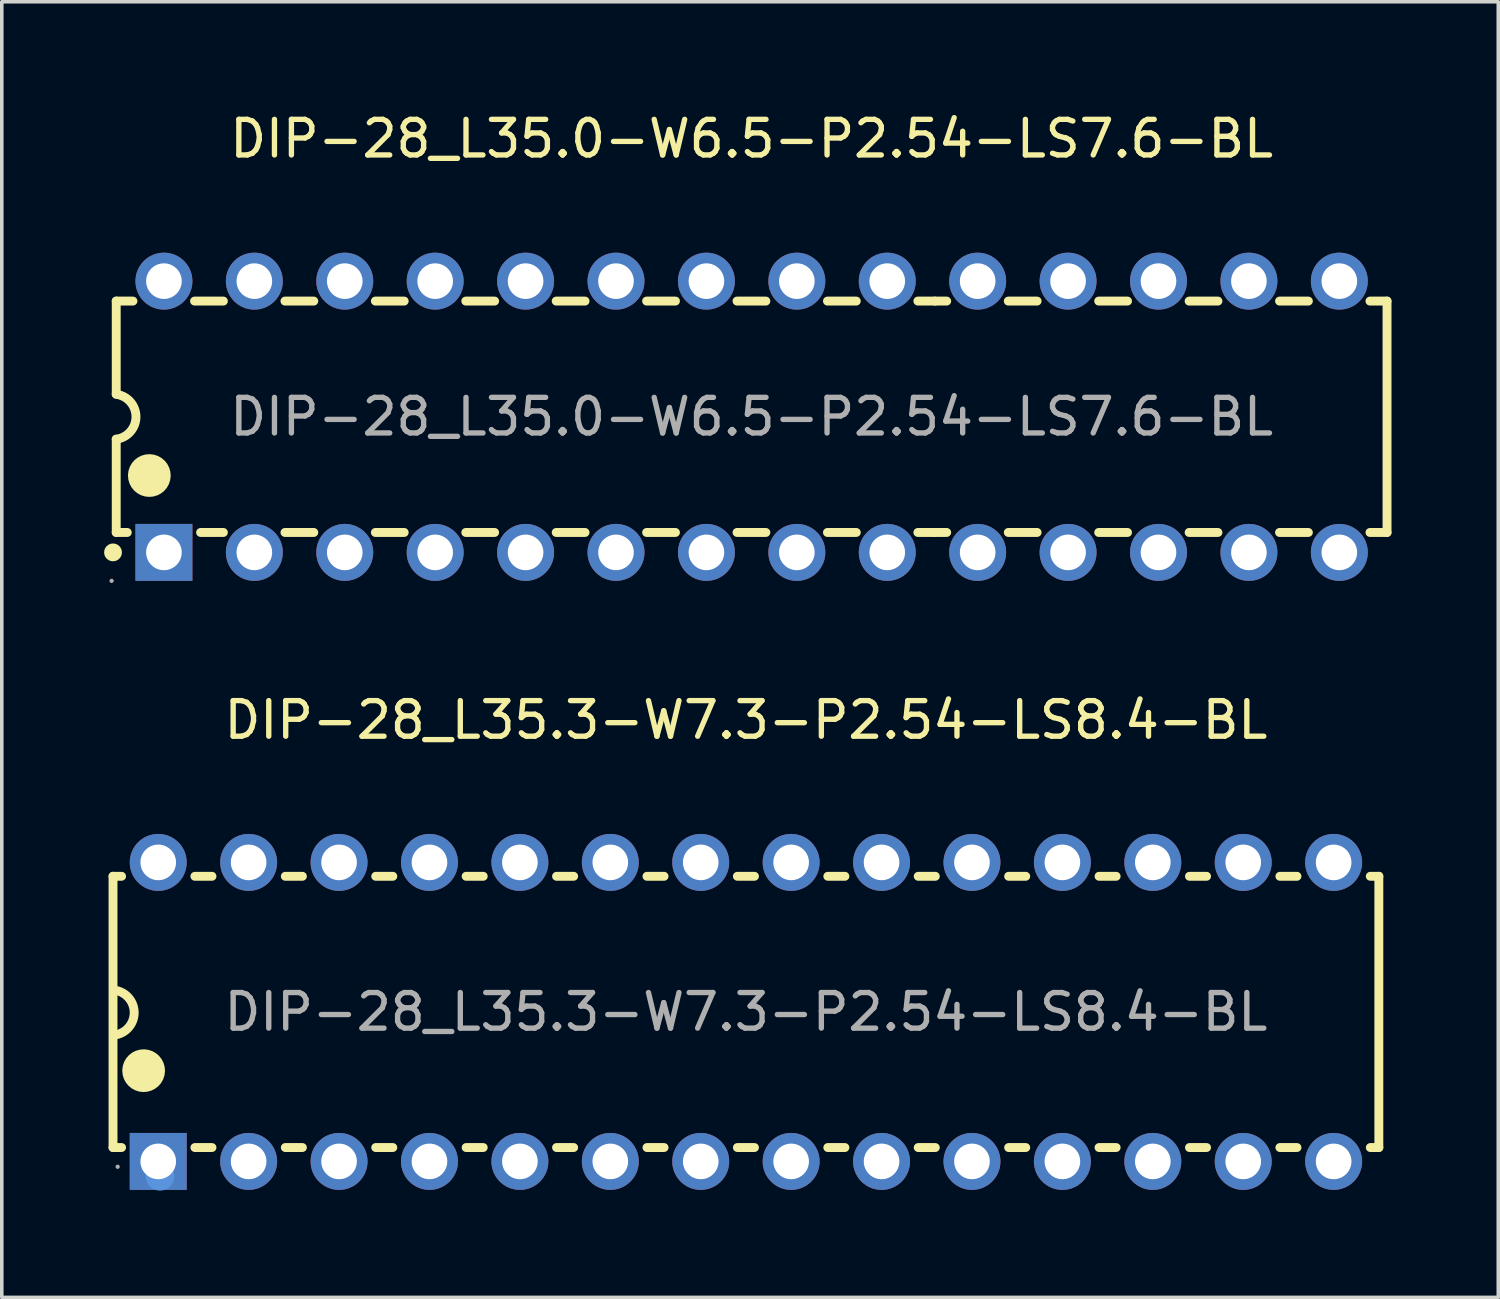
<source format=kicad_pcb>
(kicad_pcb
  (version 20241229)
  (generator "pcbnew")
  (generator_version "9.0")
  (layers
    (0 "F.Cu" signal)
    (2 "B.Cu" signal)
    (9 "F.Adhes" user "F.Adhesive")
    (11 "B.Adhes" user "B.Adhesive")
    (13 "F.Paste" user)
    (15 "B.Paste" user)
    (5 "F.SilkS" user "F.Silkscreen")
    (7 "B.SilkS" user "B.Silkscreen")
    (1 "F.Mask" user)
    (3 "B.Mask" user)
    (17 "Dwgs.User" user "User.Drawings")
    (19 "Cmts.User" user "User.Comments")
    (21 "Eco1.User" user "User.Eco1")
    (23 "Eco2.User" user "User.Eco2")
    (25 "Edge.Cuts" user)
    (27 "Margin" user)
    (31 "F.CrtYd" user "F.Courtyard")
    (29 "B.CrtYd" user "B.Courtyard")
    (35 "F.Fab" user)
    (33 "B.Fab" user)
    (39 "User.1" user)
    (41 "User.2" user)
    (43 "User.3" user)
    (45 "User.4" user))
  (footprint "DIP-28_L35.0-W6.5-P2.54-LS7.6-BL"
    (layer "F.Cu")
    (at 18.065 8.658)
    (property "Reference" "DIP-28_L35.0-W6.5-P2.54-LS7.6-BL" (at 0 -7.81 0) (layer "F.SilkS") (effects (font (size 1 1) (thickness 0.15))))
    (attr through_hole)
    (fp_line (start -17.85 -3.25) (end -17.85 -0.64) (stroke (width 0.25) (type solid)) (layer "F.SilkS"))
    (fp_line (start -17.85 3.25) (end -17.85 0.63) (stroke (width 0.25) (type solid)) (layer "F.SilkS"))
    (fp_line (start -17.85 3.25) (end -17.54 3.25) (stroke (width 0.25) (type solid)) (layer "F.SilkS"))
    (fp_line (start -17.38 -3.25) (end -17.85 -3.25) (stroke (width 0.25) (type solid)) (layer "F.SilkS"))
    (fp_line (start -15.48 3.25) (end -14.84 3.25) (stroke (width 0.25) (type solid)) (layer "F.SilkS"))
    (fp_line (start -14.84 -3.25) (end -15.65 -3.25) (stroke (width 0.25) (type solid)) (layer "F.SilkS"))
    (fp_line (start -13.11 3.25) (end -12.3 3.25) (stroke (width 0.25) (type solid)) (layer "F.SilkS"))
    (fp_line (start -12.3 -3.25) (end -13.11 -3.25) (stroke (width 0.25) (type solid)) (layer "F.SilkS"))
    (fp_line (start -10.57 3.25) (end -9.76 3.25) (stroke (width 0.25) (type solid)) (layer "F.SilkS"))
    (fp_line (start -9.76 -3.25) (end -10.57 -3.25) (stroke (width 0.25) (type solid)) (layer "F.SilkS"))
    (fp_line (start -8.03 3.25) (end -7.22 3.25) (stroke (width 0.25) (type solid)) (layer "F.SilkS"))
    (fp_line (start -7.22 -3.25) (end -8.03 -3.25) (stroke (width 0.25) (type solid)) (layer "F.SilkS"))
    (fp_line (start -5.49 3.25) (end -4.68 3.25) (stroke (width 0.25) (type solid)) (layer "F.SilkS"))
    (fp_line (start -4.68 -3.25) (end -5.49 -3.25) (stroke (width 0.25) (type solid)) (layer "F.SilkS"))
    (fp_line (start -2.95 3.25) (end -2.14 3.25) (stroke (width 0.25) (type solid)) (layer "F.SilkS"))
    (fp_line (start -2.14 -3.25) (end -2.95 -3.25) (stroke (width 0.25) (type solid)) (layer "F.SilkS"))
    (fp_line (start -0.41 3.25) (end 0.4 3.25) (stroke (width 0.25) (type solid)) (layer "F.SilkS"))
    (fp_line (start 0.4 -3.25) (end -0.41 -3.25) (stroke (width 0.25) (type solid)) (layer "F.SilkS"))
    (fp_line (start 2.13 3.25) (end 2.94 3.25) (stroke (width 0.25) (type solid)) (layer "F.SilkS"))
    (fp_line (start 2.94 -3.25) (end 2.13 -3.25) (stroke (width 0.25) (type solid)) (layer "F.SilkS"))
    (fp_line (start 4.67 3.25) (end 5.15 3.25) (stroke (width 0.25) (type solid)) (layer "F.SilkS"))
    (fp_line (start 5.15 -3.25) (end 4.67 -3.25) (stroke (width 0.25) (type solid)) (layer "F.SilkS"))
    (fp_line (start 5.15 -3.25) (end 5.48 -3.25) (stroke (width 0.25) (type solid)) (layer "F.SilkS"))
    (fp_line (start 5.15 3.25) (end 5.48 3.25) (stroke (width 0.25) (type solid)) (layer "F.SilkS"))
    (fp_line (start 7.21 -3.25) (end 8.02 -3.25) (stroke (width 0.25) (type solid)) (layer "F.SilkS"))
    (fp_line (start 7.21 3.25) (end 8.02 3.25) (stroke (width 0.25) (type solid)) (layer "F.SilkS"))
    (fp_line (start 9.75 -3.25) (end 10.56 -3.25) (stroke (width 0.25) (type solid)) (layer "F.SilkS"))
    (fp_line (start 9.75 3.25) (end 10.56 3.25) (stroke (width 0.25) (type solid)) (layer "F.SilkS"))
    (fp_line (start 12.29 -3.25) (end 13.1 -3.25) (stroke (width 0.25) (type solid)) (layer "F.SilkS"))
    (fp_line (start 12.29 3.25) (end 13.1 3.25) (stroke (width 0.25) (type solid)) (layer "F.SilkS"))
    (fp_line (start 14.83 -3.25) (end 15.64 -3.25) (stroke (width 0.25) (type solid)) (layer "F.SilkS"))
    (fp_line (start 14.83 3.25) (end 15.64 3.25) (stroke (width 0.25) (type solid)) (layer "F.SilkS"))
    (fp_line (start 17.37 -3.25) (end 17.85 -3.25) (stroke (width 0.25) (type solid)) (layer "F.SilkS"))
    (fp_line (start 17.37 3.25) (end 17.85 3.25) (stroke (width 0.25) (type solid)) (layer "F.SilkS"))
    (fp_line (start 17.85 -3.25) (end 17.85 3.25) (stroke (width 0.25) (type solid)) (layer "F.SilkS"))
    (fp_arc (start -17.94 3.81) (mid -17.94 3.81) (end -17.94 3.81) (stroke (width 0.25) (type solid)) (layer "F.SilkS"))
    (fp_arc (start -17.851582 -0.630199) (mid -17.294941 -0.000797) (end -17.85 0.63) (stroke (width 0.25) (type solid)) (layer "F.SilkS"))
    (fp_arc (start -17.22 1.64) (mid -16.619875 1.654999) (end -17.220167 1.650004) (stroke (width 0.6) (type solid)) (layer "F.SilkS"))
    (fp_circle (center -17.98 4.61) (end -17.95 4.61) (stroke (width 0.06) (type solid)) (fill no) (layer "F.Fab"))
    (fp_circle (center -16.51 -3.81) (end -16.31 -3.81) (stroke (width 0.4) (type solid)) (fill no) (layer "F.Fab"))
    (fp_circle (center -16.51 3.81) (end -16.31 3.81) (stroke (width 0.4) (type solid)) (fill no) (layer "F.Fab"))
    (fp_circle (center -13.97 -3.81) (end -13.77 -3.81) (stroke (width 0.4) (type solid)) (fill no) (layer "F.Fab"))
    (fp_circle (center -13.97 3.81) (end -13.77 3.81) (stroke (width 0.4) (type solid)) (fill no) (layer "F.Fab"))
    (fp_circle (center -11.43 -3.81) (end -11.23 -3.81) (stroke (width 0.4) (type solid)) (fill no) (layer "F.Fab"))
    (fp_circle (center -11.43 3.81) (end -11.23 3.81) (stroke (width 0.4) (type solid)) (fill no) (layer "F.Fab"))
    (fp_circle (center -8.89 -3.81) (end -8.69 -3.81) (stroke (width 0.4) (type solid)) (fill no) (layer "F.Fab"))
    (fp_circle (center -8.89 3.81) (end -8.69 3.81) (stroke (width 0.4) (type solid)) (fill no) (layer "F.Fab"))
    (fp_circle (center -6.35 -3.81) (end -6.15 -3.81) (stroke (width 0.4) (type solid)) (fill no) (layer "F.Fab"))
    (fp_circle (center -6.35 3.81) (end -6.15 3.81) (stroke (width 0.4) (type solid)) (fill no) (layer "F.Fab"))
    (fp_circle (center -3.81 -3.81) (end -3.61 -3.81) (stroke (width 0.4) (type solid)) (fill no) (layer "F.Fab"))
    (fp_circle (center -3.81 3.81) (end -3.61 3.81) (stroke (width 0.4) (type solid)) (fill no) (layer "F.Fab"))
    (fp_circle (center -1.27 -3.81) (end -1.07 -3.81) (stroke (width 0.4) (type solid)) (fill no) (layer "F.Fab"))
    (fp_circle (center -1.27 3.81) (end -1.07 3.81) (stroke (width 0.4) (type solid)) (fill no) (layer "F.Fab"))
    (fp_circle (center 1.27 -3.81) (end 1.47 -3.81) (stroke (width 0.4) (type solid)) (fill no) (layer "F.Fab"))
    (fp_circle (center 1.27 3.81) (end 1.47 3.81) (stroke (width 0.4) (type solid)) (fill no) (layer "F.Fab"))
    (fp_circle (center 3.81 -3.81) (end 4.01 -3.81) (stroke (width 0.4) (type solid)) (fill no) (layer "F.Fab"))
    (fp_circle (center 3.81 3.81) (end 4.01 3.81) (stroke (width 0.4) (type solid)) (fill no) (layer "F.Fab"))
    (fp_circle (center 6.35 -3.81) (end 6.55 -3.81) (stroke (width 0.4) (type solid)) (fill no) (layer "F.Fab"))
    (fp_circle (center 6.35 3.81) (end 6.55 3.81) (stroke (width 0.4) (type solid)) (fill no) (layer "F.Fab"))
    (fp_circle (center 8.89 -3.81) (end 9.09 -3.81) (stroke (width 0.4) (type solid)) (fill no) (layer "F.Fab"))
    (fp_circle (center 8.89 3.81) (end 9.09 3.81) (stroke (width 0.4) (type solid)) (fill no) (layer "F.Fab"))
    (fp_circle (center 11.43 -3.81) (end 11.63 -3.81) (stroke (width 0.4) (type solid)) (fill no) (layer "F.Fab"))
    (fp_circle (center 11.43 3.81) (end 11.63 3.81) (stroke (width 0.4) (type solid)) (fill no) (layer "F.Fab"))
    (fp_circle (center 13.97 -3.81) (end 14.17 -3.81) (stroke (width 0.4) (type solid)) (fill no) (layer "F.Fab"))
    (fp_circle (center 13.97 3.81) (end 14.17 3.81) (stroke (width 0.4) (type solid)) (fill no) (layer "F.Fab"))
    (fp_circle (center 16.51 -3.81) (end 16.71 -3.81) (stroke (width 0.4) (type solid)) (fill no) (layer "F.Fab"))
    (fp_circle (center 16.51 3.81) (end 16.71 3.81) (stroke (width 0.4) (type solid)) (fill no) (layer "F.Fab"))
    (fp_text user "${REFERENCE}" (at 0 0 0) (layer "F.Fab") (effects (font (size 1 1) (thickness 0.15))))
    (pad "1" thru_hole rect (at -16.51 3.81 90) (size 1.6 1.6) (drill 1) (layers "*.Cu" "*.Paste" "*.Mask"))
    (pad "2" thru_hole oval (at -13.97 3.81 90) (size 1.6 1.6) (drill 1) (layers "*.Cu" "*.Paste" "*.Mask"))
    (pad "3" thru_hole oval (at -11.43 3.81 90) (size 1.6 1.6) (drill 1) (layers "*.Cu" "*.Paste" "*.Mask"))
    (pad "4" thru_hole oval (at -8.89 3.81 90) (size 1.6 1.6) (drill 1) (layers "*.Cu" "*.Paste" "*.Mask"))
    (pad "5" thru_hole oval (at -6.35 3.81 90) (size 1.6 1.6) (drill 1) (layers "*.Cu" "*.Paste" "*.Mask"))
    (pad "6" thru_hole oval (at -3.81 3.81 90) (size 1.6 1.6) (drill 1) (layers "*.Cu" "*.Paste" "*.Mask"))
    (pad "7" thru_hole oval (at -1.27 3.81 90) (size 1.6 1.6) (drill 1) (layers "*.Cu" "*.Paste" "*.Mask"))
    (pad "8" thru_hole oval (at 1.27 3.81 90) (size 1.6 1.6) (drill 1) (layers "*.Cu" "*.Paste" "*.Mask"))
    (pad "9" thru_hole oval (at 3.81 3.81 90) (size 1.6 1.6) (drill 1) (layers "*.Cu" "*.Paste" "*.Mask"))
    (pad "10" thru_hole oval (at 6.35 3.81 90) (size 1.6 1.6) (drill 1) (layers "*.Cu" "*.Paste" "*.Mask"))
    (pad "11" thru_hole oval (at 8.89 3.81 90) (size 1.6 1.6) (drill 1) (layers "*.Cu" "*.Paste" "*.Mask"))
    (pad "12" thru_hole oval (at 11.43 3.81 90) (size 1.6 1.6) (drill 1) (layers "*.Cu" "*.Paste" "*.Mask"))
    (pad "13" thru_hole oval (at 13.97 3.81 90) (size 1.6 1.6) (drill 1) (layers "*.Cu" "*.Paste" "*.Mask"))
    (pad "14" thru_hole oval (at 16.51 3.81 90) (size 1.6 1.6) (drill 1) (layers "*.Cu" "*.Paste" "*.Mask"))
    (pad "15" thru_hole oval (at 16.51 -3.81 90) (size 1.6 1.6) (drill 1) (layers "*.Cu" "*.Paste" "*.Mask"))
    (pad "16" thru_hole oval (at 13.97 -3.81 90) (size 1.6 1.6) (drill 1) (layers "*.Cu" "*.Paste" "*.Mask"))
    (pad "17" thru_hole oval (at 11.43 -3.81 90) (size 1.6 1.6) (drill 1) (layers "*.Cu" "*.Paste" "*.Mask"))
    (pad "18" thru_hole oval (at 8.89 -3.81 90) (size 1.6 1.6) (drill 1) (layers "*.Cu" "*.Paste" "*.Mask"))
    (pad "19" thru_hole oval (at 6.35 -3.81 90) (size 1.6 1.6) (drill 1) (layers "*.Cu" "*.Paste" "*.Mask"))
    (pad "20" thru_hole oval (at 3.81 -3.81 90) (size 1.6 1.6) (drill 1) (layers "*.Cu" "*.Paste" "*.Mask"))
    (pad "21" thru_hole oval (at 1.27 -3.81 90) (size 1.6 1.6) (drill 1) (layers "*.Cu" "*.Paste" "*.Mask"))
    (pad "22" thru_hole oval (at -1.27 -3.81 90) (size 1.6 1.6) (drill 1) (layers "*.Cu" "*.Paste" "*.Mask"))
    (pad "23" thru_hole oval (at -3.81 -3.81 90) (size 1.6 1.6) (drill 1) (layers "*.Cu" "*.Paste" "*.Mask"))
    (pad "24" thru_hole oval (at -6.35 -3.81 90) (size 1.6 1.6) (drill 1) (layers "*.Cu" "*.Paste" "*.Mask"))
    (pad "25" thru_hole oval (at -8.89 -3.81 90) (size 1.6 1.6) (drill 1) (layers "*.Cu" "*.Paste" "*.Mask"))
    (pad "26" thru_hole oval (at -11.43 -3.81 90) (size 1.6 1.6) (drill 1) (layers "*.Cu" "*.Paste" "*.Mask"))
    (pad "27" thru_hole oval (at -13.97 -3.81 90) (size 1.6 1.6) (drill 1) (layers "*.Cu" "*.Paste" "*.Mask"))
    (pad "28" thru_hole oval (at -16.51 -3.81 90) (size 1.6 1.6) (drill 1) (layers "*.Cu" "*.Paste" "*.Mask")))
  (footprint "DIP-28_L35.3-W7.3-P2.54-LS8.4-BL"
    (layer "F.Cu")
    (at 17.905 25.377)
    (property "Reference" "DIP-28_L35.3-W7.3-P2.54-LS8.4-BL" (at 0 -8.2 0) (layer "F.SilkS") (effects (font (size 1 1) (thickness 0.15))))
    (attr through_hole)
    (fp_line (start -17.78 -3.81) (end -17.54 -3.81) (stroke (width 0.25) (type solid)) (layer "F.SilkS"))
    (fp_line (start -17.78 3.81) (end -17.78 -3.81) (stroke (width 0.25) (type solid)) (layer "F.SilkS"))
    (fp_line (start -17.54 3.81) (end -17.78 3.81) (stroke (width 0.25) (type solid)) (layer "F.SilkS"))
    (fp_line (start -15.48 -3.81) (end -15 -3.81) (stroke (width 0.25) (type solid)) (layer "F.SilkS"))
    (fp_line (start -15 3.81) (end -15.48 3.81) (stroke (width 0.25) (type solid)) (layer "F.SilkS"))
    (fp_line (start -12.94 -3.81) (end -12.46 -3.81) (stroke (width 0.25) (type solid)) (layer "F.SilkS"))
    (fp_line (start -12.46 3.81) (end -12.94 3.81) (stroke (width 0.25) (type solid)) (layer "F.SilkS"))
    (fp_line (start -10.4 -3.81) (end -9.92 -3.81) (stroke (width 0.25) (type solid)) (layer "F.SilkS"))
    (fp_line (start -9.92 3.81) (end -10.4 3.81) (stroke (width 0.25) (type solid)) (layer "F.SilkS"))
    (fp_line (start -7.86 -3.81) (end -7.38 -3.81) (stroke (width 0.25) (type solid)) (layer "F.SilkS"))
    (fp_line (start -7.38 3.81) (end -7.86 3.81) (stroke (width 0.25) (type solid)) (layer "F.SilkS"))
    (fp_line (start -5.32 -3.81) (end -4.84 -3.81) (stroke (width 0.25) (type solid)) (layer "F.SilkS"))
    (fp_line (start -4.84 3.81) (end -5.32 3.81) (stroke (width 0.25) (type solid)) (layer "F.SilkS"))
    (fp_line (start -2.78 -3.81) (end -2.3 -3.81) (stroke (width 0.25) (type solid)) (layer "F.SilkS"))
    (fp_line (start -2.3 3.81) (end -2.78 3.81) (stroke (width 0.25) (type solid)) (layer "F.SilkS"))
    (fp_line (start -0.24 -3.81) (end 0.24 -3.81) (stroke (width 0.25) (type solid)) (layer "F.SilkS"))
    (fp_line (start 0.24 3.81) (end -0.24 3.81) (stroke (width 0.25) (type solid)) (layer "F.SilkS"))
    (fp_line (start 2.3 -3.81) (end 2.78 -3.81) (stroke (width 0.25) (type solid)) (layer "F.SilkS"))
    (fp_line (start 2.78 3.81) (end 2.3 3.81) (stroke (width 0.25) (type solid)) (layer "F.SilkS"))
    (fp_line (start 4.84 -3.81) (end 5.32 -3.81) (stroke (width 0.25) (type solid)) (layer "F.SilkS"))
    (fp_line (start 5.32 3.81) (end 4.84 3.81) (stroke (width 0.25) (type solid)) (layer "F.SilkS"))
    (fp_line (start 7.38 -3.81) (end 7.86 -3.81) (stroke (width 0.25) (type solid)) (layer "F.SilkS"))
    (fp_line (start 7.86 3.81) (end 7.38 3.81) (stroke (width 0.25) (type solid)) (layer "F.SilkS"))
    (fp_line (start 9.92 -3.81) (end 10.4 -3.81) (stroke (width 0.25) (type solid)) (layer "F.SilkS"))
    (fp_line (start 10.4 3.81) (end 9.92 3.81) (stroke (width 0.25) (type solid)) (layer "F.SilkS"))
    (fp_line (start 12.46 -3.81) (end 12.94 -3.81) (stroke (width 0.25) (type solid)) (layer "F.SilkS"))
    (fp_line (start 12.94 3.81) (end 12.46 3.81) (stroke (width 0.25) (type solid)) (layer "F.SilkS"))
    (fp_line (start 15 -3.81) (end 15.48 -3.81) (stroke (width 0.25) (type solid)) (layer "F.SilkS"))
    (fp_line (start 15.48 3.81) (end 15 3.81) (stroke (width 0.25) (type solid)) (layer "F.SilkS"))
    (fp_line (start 17.54 -3.81) (end 17.78 -3.81) (stroke (width 0.25) (type solid)) (layer "F.SilkS"))
    (fp_line (start 17.78 -3.81) (end 17.78 3.81) (stroke (width 0.25) (type solid)) (layer "F.SilkS"))
    (fp_line (start 17.78 3.81) (end 17.54 3.81) (stroke (width 0.25) (type solid)) (layer "F.SilkS"))
    (fp_arc (start -17.741582 -0.610199) (mid -17.184941 0.019203) (end -17.74 0.65) (stroke (width 0.25) (type solid)) (layer "F.SilkS"))
    (fp_arc (start -17.22 1.64) (mid -16.619875 1.654999) (end -17.220167 1.650004) (stroke (width 0.6) (type solid)) (layer "F.SilkS"))
    (fp_circle (center -16.46 4.62) (end -16.26 4.62) (stroke (width 0.4) (type solid)) (fill no) (layer "Cmts.User"))
    (fp_circle (center -17.65 4.35) (end -17.62 4.35) (stroke (width 0.06) (type solid)) (fill no) (layer "F.Fab"))
    (fp_text user "${REFERENCE}" (at 0 0 0) (layer "F.Fab") (effects (font (size 1 1) (thickness 0.15))))
    (pad "1" thru_hole rect (at -16.51 4.2 90) (size 1.6 1.6) (drill 1) (layers "*.Cu" "*.Paste" "*.Mask"))
    (pad "2" thru_hole oval (at -13.97 4.2 90) (size 1.6 1.6) (drill 1) (layers "*.Cu" "*.Paste" "*.Mask"))
    (pad "3" thru_hole oval (at -11.43 4.2 90) (size 1.6 1.6) (drill 1) (layers "*.Cu" "*.Paste" "*.Mask"))
    (pad "4" thru_hole oval (at -8.89 4.2 90) (size 1.6 1.6) (drill 1) (layers "*.Cu" "*.Paste" "*.Mask"))
    (pad "5" thru_hole oval (at -6.35 4.2 90) (size 1.6 1.6) (drill 1) (layers "*.Cu" "*.Paste" "*.Mask"))
    (pad "6" thru_hole oval (at -3.81 4.2 90) (size 1.6 1.6) (drill 1) (layers "*.Cu" "*.Paste" "*.Mask"))
    (pad "7" thru_hole oval (at -1.27 4.2 90) (size 1.6 1.6) (drill 1) (layers "*.Cu" "*.Paste" "*.Mask"))
    (pad "8" thru_hole oval (at 1.27 4.2 90) (size 1.6 1.6) (drill 1) (layers "*.Cu" "*.Paste" "*.Mask"))
    (pad "9" thru_hole oval (at 3.81 4.2 90) (size 1.6 1.6) (drill 1) (layers "*.Cu" "*.Paste" "*.Mask"))
    (pad "10" thru_hole oval (at 6.35 4.2 90) (size 1.6 1.6) (drill 1) (layers "*.Cu" "*.Paste" "*.Mask"))
    (pad "11" thru_hole oval (at 8.89 4.2 90) (size 1.6 1.6) (drill 1) (layers "*.Cu" "*.Paste" "*.Mask"))
    (pad "12" thru_hole oval (at 11.43 4.2 90) (size 1.6 1.6) (drill 1) (layers "*.Cu" "*.Paste" "*.Mask"))
    (pad "13" thru_hole oval (at 13.97 4.2 90) (size 1.6 1.6) (drill 1) (layers "*.Cu" "*.Paste" "*.Mask"))
    (pad "14" thru_hole oval (at 16.51 4.2 90) (size 1.6 1.6) (drill 1) (layers "*.Cu" "*.Paste" "*.Mask"))
    (pad "15" thru_hole oval (at 16.51 -4.2 90) (size 1.6 1.6) (drill 1) (layers "*.Cu" "*.Paste" "*.Mask"))
    (pad "16" thru_hole oval (at 13.97 -4.2 90) (size 1.6 1.6) (drill 1) (layers "*.Cu" "*.Paste" "*.Mask"))
    (pad "17" thru_hole oval (at 11.43 -4.2 90) (size 1.6 1.6) (drill 1) (layers "*.Cu" "*.Paste" "*.Mask"))
    (pad "18" thru_hole oval (at 8.89 -4.2 90) (size 1.6 1.6) (drill 1) (layers "*.Cu" "*.Paste" "*.Mask"))
    (pad "19" thru_hole oval (at 6.35 -4.2 90) (size 1.6 1.6) (drill 1) (layers "*.Cu" "*.Paste" "*.Mask"))
    (pad "20" thru_hole oval (at 3.81 -4.2 90) (size 1.6 1.6) (drill 1) (layers "*.Cu" "*.Paste" "*.Mask"))
    (pad "21" thru_hole oval (at 1.27 -4.2 90) (size 1.6 1.6) (drill 1) (layers "*.Cu" "*.Paste" "*.Mask"))
    (pad "22" thru_hole oval (at -1.27 -4.2 90) (size 1.6 1.6) (drill 1) (layers "*.Cu" "*.Paste" "*.Mask"))
    (pad "23" thru_hole oval (at -3.81 -4.2 90) (size 1.6 1.6) (drill 1) (layers "*.Cu" "*.Paste" "*.Mask"))
    (pad "24" thru_hole oval (at -6.35 -4.2 90) (size 1.6 1.6) (drill 1) (layers "*.Cu" "*.Paste" "*.Mask"))
    (pad "25" thru_hole oval (at -8.89 -4.2 90) (size 1.6 1.6) (drill 1) (layers "*.Cu" "*.Paste" "*.Mask"))
    (pad "26" thru_hole oval (at -11.43 -4.2 90) (size 1.6 1.6) (drill 1) (layers "*.Cu" "*.Paste" "*.Mask"))
    (pad "27" thru_hole oval (at -13.97 -4.2 90) (size 1.6 1.6) (drill 1) (layers "*.Cu" "*.Paste" "*.Mask"))
    (pad "28" thru_hole oval (at -16.51 -4.2 90) (size 1.6 1.6) (drill 1) (layers "*.Cu" "*.Paste" "*.Mask")))
  (gr_rect
    (start -3 -3)
    (end 39.04 33.397)
    (stroke (width 0.1) (type default))
    (fill no)
    (layer "Edge.Cuts")))
</source>
